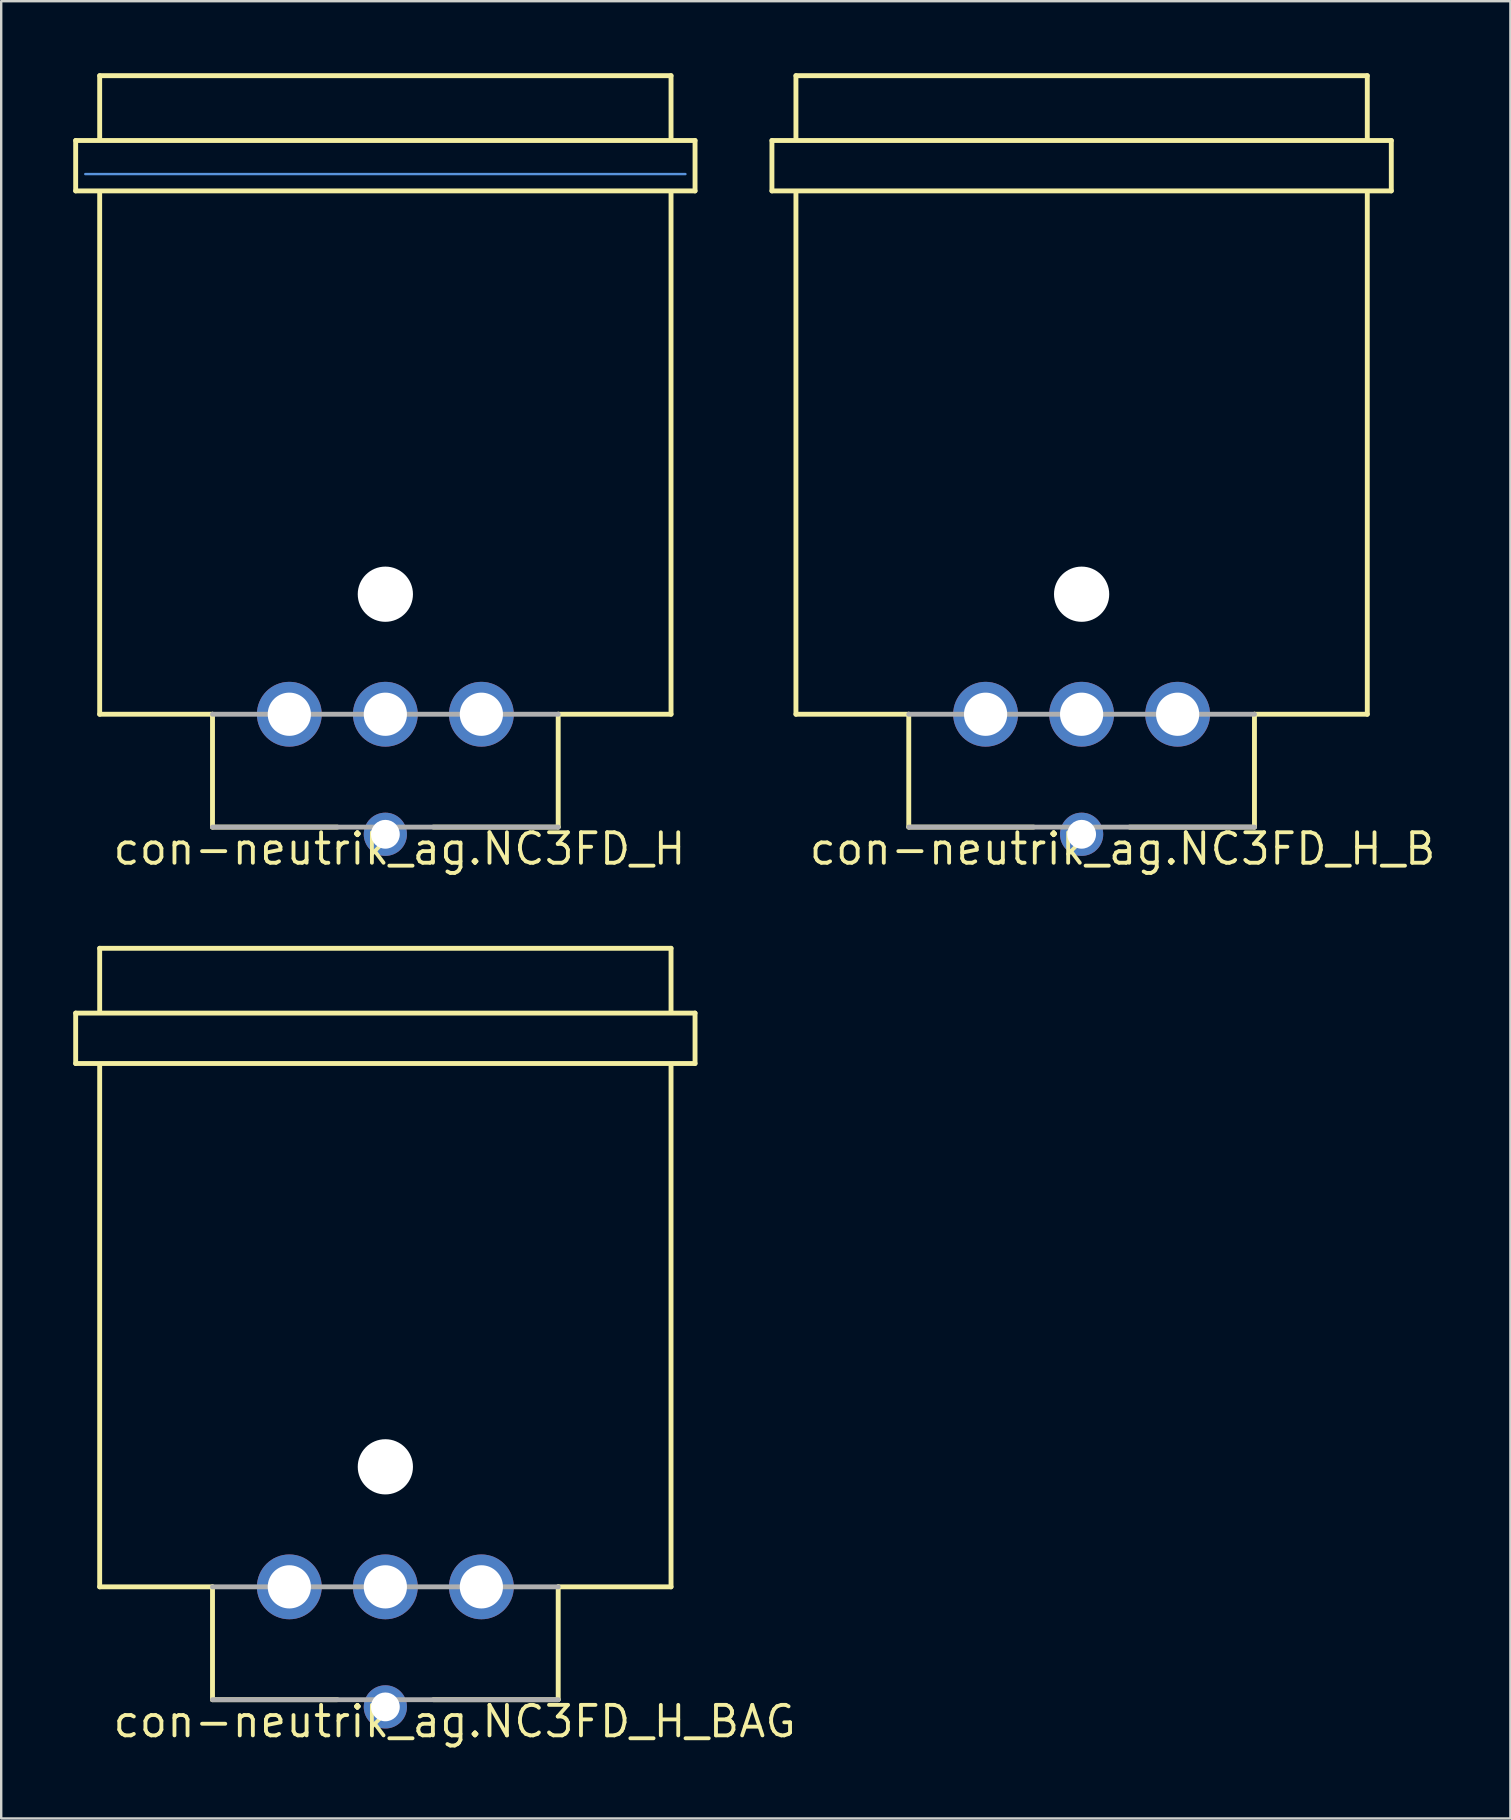
<source format=kicad_pcb>
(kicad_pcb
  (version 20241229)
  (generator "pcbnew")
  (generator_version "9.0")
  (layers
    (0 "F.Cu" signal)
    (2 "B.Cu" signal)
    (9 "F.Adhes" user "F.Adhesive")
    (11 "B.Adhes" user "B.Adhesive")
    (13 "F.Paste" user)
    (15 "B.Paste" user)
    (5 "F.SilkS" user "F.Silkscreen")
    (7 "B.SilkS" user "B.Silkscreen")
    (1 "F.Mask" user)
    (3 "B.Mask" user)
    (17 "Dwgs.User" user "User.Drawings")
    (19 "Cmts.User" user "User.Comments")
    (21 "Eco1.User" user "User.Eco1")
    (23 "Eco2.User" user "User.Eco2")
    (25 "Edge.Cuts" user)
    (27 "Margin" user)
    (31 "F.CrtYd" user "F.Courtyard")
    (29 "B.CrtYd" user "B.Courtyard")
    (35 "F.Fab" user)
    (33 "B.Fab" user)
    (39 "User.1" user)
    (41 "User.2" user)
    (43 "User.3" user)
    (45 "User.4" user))
  (footprint "con-neutrik_ag.NC3FD_H"
    (layer "F.Cu")
    (at 13.002 26.702)
    (property "Reference" "con-neutrik_ag.NC3FD_H" (at -11.43 6.35 0) (layer "F.SilkS") (effects (font (size 1.27 1.27) (thickness 0.16)) (justify left bottom)))
    (attr through_hole)
    (fp_line (start -12.9 -23.9) (end 12.9 -23.9) (stroke (width 0.203) (type default)) (layer "F.SilkS"))
    (fp_line (start -12.9 -21.8) (end -12.9 -23.9) (stroke (width 0.203) (type default)) (layer "F.SilkS"))
    (fp_line (start -11.9 -26.6) (end 11.9 -26.6) (stroke (width 0.203) (type default)) (layer "F.SilkS"))
    (fp_line (start -11.9 -24) (end -11.9 -26.6) (stroke (width 0.203) (type default)) (layer "F.SilkS"))
    (fp_line (start -11.9 0) (end -11.9 -21.7) (stroke (width 0.203) (type default)) (layer "F.SilkS"))
    (fp_line (start -7.2 0) (end -11.9 0) (stroke (width 0.203) (type default)) (layer "F.SilkS"))
    (fp_line (start -7.2 4.7) (end -7.2 0) (stroke (width 0.203) (type default)) (layer "F.SilkS"))
    (fp_line (start -2 4.7) (end -7.2 4.7) (stroke (width 0.203) (type default)) (layer "F.SilkS"))
    (fp_line (start 7.2 4.7) (end 2 4.7) (stroke (width 0.203) (type default)) (layer "F.SilkS"))
    (fp_line (start 7.2 4.7) (end 7.2 0) (stroke (width 0.203) (type default)) (layer "F.SilkS"))
    (fp_line (start 11.9 -26.6) (end 11.9 -24) (stroke (width 0.203) (type default)) (layer "F.SilkS"))
    (fp_line (start 11.9 -21.7) (end 11.9 0) (stroke (width 0.203) (type default)) (layer "F.SilkS"))
    (fp_line (start 11.9 0) (end 7.2 0) (stroke (width 0.203) (type default)) (layer "F.SilkS"))
    (fp_line (start 12.9 -23.9) (end 12.9 -21.8) (stroke (width 0.203) (type default)) (layer "F.SilkS"))
    (fp_line (start 12.9 -21.8) (end -12.9 -21.8) (stroke (width 0.203) (type default)) (layer "F.SilkS"))
    (fp_line (start -12.5 -22.5) (end 12.5 -22.5) (stroke (width 0.1) (type default)) (layer "Cmts.User"))
    (fp_line (start 7.2 0) (end -7.2 0) (stroke (width 0.203) (type default)) (layer "F.Fab"))
    (fp_line (start 7.2 4.7) (end -7.2 4.7) (stroke (width 0.203) (type default)) (layer "F.Fab"))
    (pad "" np_thru_hole circle (at 0 -5) (size 2.3 2.3) (drill 2.3) (layers "*.Cu" "*.Mask"))
    (pad "1" thru_hole circle (at -4 0) (size 2.7 2.7) (drill 1.8) (layers "*.Cu" "*.Mask"))
    (pad "2" thru_hole circle (at 4 0) (size 2.7 2.7) (drill 1.8) (layers "*.Cu" "*.Mask"))
    (pad "3" thru_hole circle (at 0 0) (size 2.7 2.7) (drill 1.8) (layers "*.Cu" "*.Mask"))
    (pad "G" thru_hole circle (at 0 5) (size 1.8 1.8) (drill 1.2) (layers "*.Cu" "*.Mask")))
  (footprint "con-neutrik_ag.NC3FD_H_BAG"
    (layer "F.Cu")
    (at 13.002 63.051)
    (property "Reference" "con-neutrik_ag.NC3FD_H_BAG" (at -11.43 6.35 0) (layer "F.SilkS") (effects (font (size 1.27 1.27) (thickness 0.16)) (justify left bottom)))
    (attr through_hole)
    (fp_line (start -12.9 -23.9) (end 12.9 -23.9) (stroke (width 0.203) (type default)) (layer "F.SilkS"))
    (fp_line (start -12.9 -21.8) (end -12.9 -23.9) (stroke (width 0.203) (type default)) (layer "F.SilkS"))
    (fp_line (start -11.9 -26.6) (end 11.9 -26.6) (stroke (width 0.203) (type default)) (layer "F.SilkS"))
    (fp_line (start -11.9 -24) (end -11.9 -26.6) (stroke (width 0.203) (type default)) (layer "F.SilkS"))
    (fp_line (start -11.9 0) (end -11.9 -21.7) (stroke (width 0.203) (type default)) (layer "F.SilkS"))
    (fp_line (start -7.2 0) (end -11.9 0) (stroke (width 0.203) (type default)) (layer "F.SilkS"))
    (fp_line (start -7.2 4.7) (end -7.2 0) (stroke (width 0.203) (type default)) (layer "F.SilkS"))
    (fp_line (start -2 4.7) (end -7.2 4.7) (stroke (width 0.203) (type default)) (layer "F.SilkS"))
    (fp_line (start 7.2 4.7) (end 2 4.7) (stroke (width 0.203) (type default)) (layer "F.SilkS"))
    (fp_line (start 7.2 4.7) (end 7.2 0) (stroke (width 0.203) (type default)) (layer "F.SilkS"))
    (fp_line (start 11.9 -26.6) (end 11.9 -24) (stroke (width 0.203) (type default)) (layer "F.SilkS"))
    (fp_line (start 11.9 -21.7) (end 11.9 0) (stroke (width 0.203) (type default)) (layer "F.SilkS"))
    (fp_line (start 11.9 0) (end 7.2 0) (stroke (width 0.203) (type default)) (layer "F.SilkS"))
    (fp_line (start 12.9 -23.9) (end 12.9 -21.8) (stroke (width 0.203) (type default)) (layer "F.SilkS"))
    (fp_line (start 12.9 -21.8) (end -12.9 -21.8) (stroke (width 0.203) (type default)) (layer "F.SilkS"))
    (fp_line (start 7.2 0) (end -7.2 0) (stroke (width 0.203) (type default)) (layer "F.Fab"))
    (fp_line (start 7.2 4.7) (end -7.2 4.7) (stroke (width 0.203) (type default)) (layer "F.Fab"))
    (pad "" np_thru_hole circle (at 0 -5) (size 2.3 2.3) (drill 2.3) (layers "*.Cu" "*.Mask"))
    (pad "1" thru_hole circle (at -4 0) (size 2.7 2.7) (drill 1.8) (layers "*.Cu" "*.Mask"))
    (pad "2" thru_hole circle (at 4 0) (size 2.7 2.7) (drill 1.8) (layers "*.Cu" "*.Mask"))
    (pad "3" thru_hole circle (at 0 0) (size 2.7 2.7) (drill 1.8) (layers "*.Cu" "*.Mask"))
    (pad "G" thru_hole circle (at 0 5) (size 1.8 1.8) (drill 1.2) (layers "*.Cu" "*.Mask")))
  (footprint "con-neutrik_ag.NC3FD_H_B"
    (layer "F.Cu")
    (at 42.005 26.702)
    (property "Reference" "con-neutrik_ag.NC3FD_H_B" (at -11.43 6.35 0) (layer "F.SilkS") (effects (font (size 1.27 1.27) (thickness 0.16)) (justify left bottom)))
    (attr through_hole)
    (fp_line (start -12.9 -23.9) (end 12.9 -23.9) (stroke (width 0.203) (type default)) (layer "F.SilkS"))
    (fp_line (start -12.9 -21.8) (end -12.9 -23.9) (stroke (width 0.203) (type default)) (layer "F.SilkS"))
    (fp_line (start -11.9 -26.6) (end 11.9 -26.6) (stroke (width 0.203) (type default)) (layer "F.SilkS"))
    (fp_line (start -11.9 -24) (end -11.9 -26.6) (stroke (width 0.203) (type default)) (layer "F.SilkS"))
    (fp_line (start -11.9 0) (end -11.9 -21.7) (stroke (width 0.203) (type default)) (layer "F.SilkS"))
    (fp_line (start -7.2 0) (end -11.9 0) (stroke (width 0.203) (type default)) (layer "F.SilkS"))
    (fp_line (start -7.2 4.7) (end -7.2 0) (stroke (width 0.203) (type default)) (layer "F.SilkS"))
    (fp_line (start -2 4.7) (end -7.2 4.7) (stroke (width 0.203) (type default)) (layer "F.SilkS"))
    (fp_line (start 7.2 4.7) (end 2 4.7) (stroke (width 0.203) (type default)) (layer "F.SilkS"))
    (fp_line (start 7.2 4.7) (end 7.2 0) (stroke (width 0.203) (type default)) (layer "F.SilkS"))
    (fp_line (start 11.9 -26.6) (end 11.9 -24) (stroke (width 0.203) (type default)) (layer "F.SilkS"))
    (fp_line (start 11.9 -21.7) (end 11.9 0) (stroke (width 0.203) (type default)) (layer "F.SilkS"))
    (fp_line (start 11.9 0) (end 7.2 0) (stroke (width 0.203) (type default)) (layer "F.SilkS"))
    (fp_line (start 12.9 -23.9) (end 12.9 -21.8) (stroke (width 0.203) (type default)) (layer "F.SilkS"))
    (fp_line (start 12.9 -21.8) (end -12.9 -21.8) (stroke (width 0.203) (type default)) (layer "F.SilkS"))
    (fp_line (start 7.2 0) (end -7.2 0) (stroke (width 0.203) (type default)) (layer "F.Fab"))
    (fp_line (start 7.2 4.7) (end -7.2 4.7) (stroke (width 0.203) (type default)) (layer "F.Fab"))
    (pad "" np_thru_hole circle (at 0 -5) (size 2.3 2.3) (drill 2.3) (layers "*.Cu" "*.Mask"))
    (pad "1" thru_hole circle (at -4 0) (size 2.7 2.7) (drill 1.8) (layers "*.Cu" "*.Mask"))
    (pad "2" thru_hole circle (at 4 0) (size 2.7 2.7) (drill 1.8) (layers "*.Cu" "*.Mask"))
    (pad "3" thru_hole circle (at 0 0) (size 2.7 2.7) (drill 1.8) (layers "*.Cu" "*.Mask"))
    (pad "G" thru_hole circle (at 0 5) (size 1.8 1.8) (drill 1.2) (layers "*.Cu" "*.Mask")))
  (gr_rect
    (start -3 -3)
    (end 59.866 72.698)
    (stroke (width 0.1) (type default))
    (fill no)
    (layer "Edge.Cuts")))
</source>
